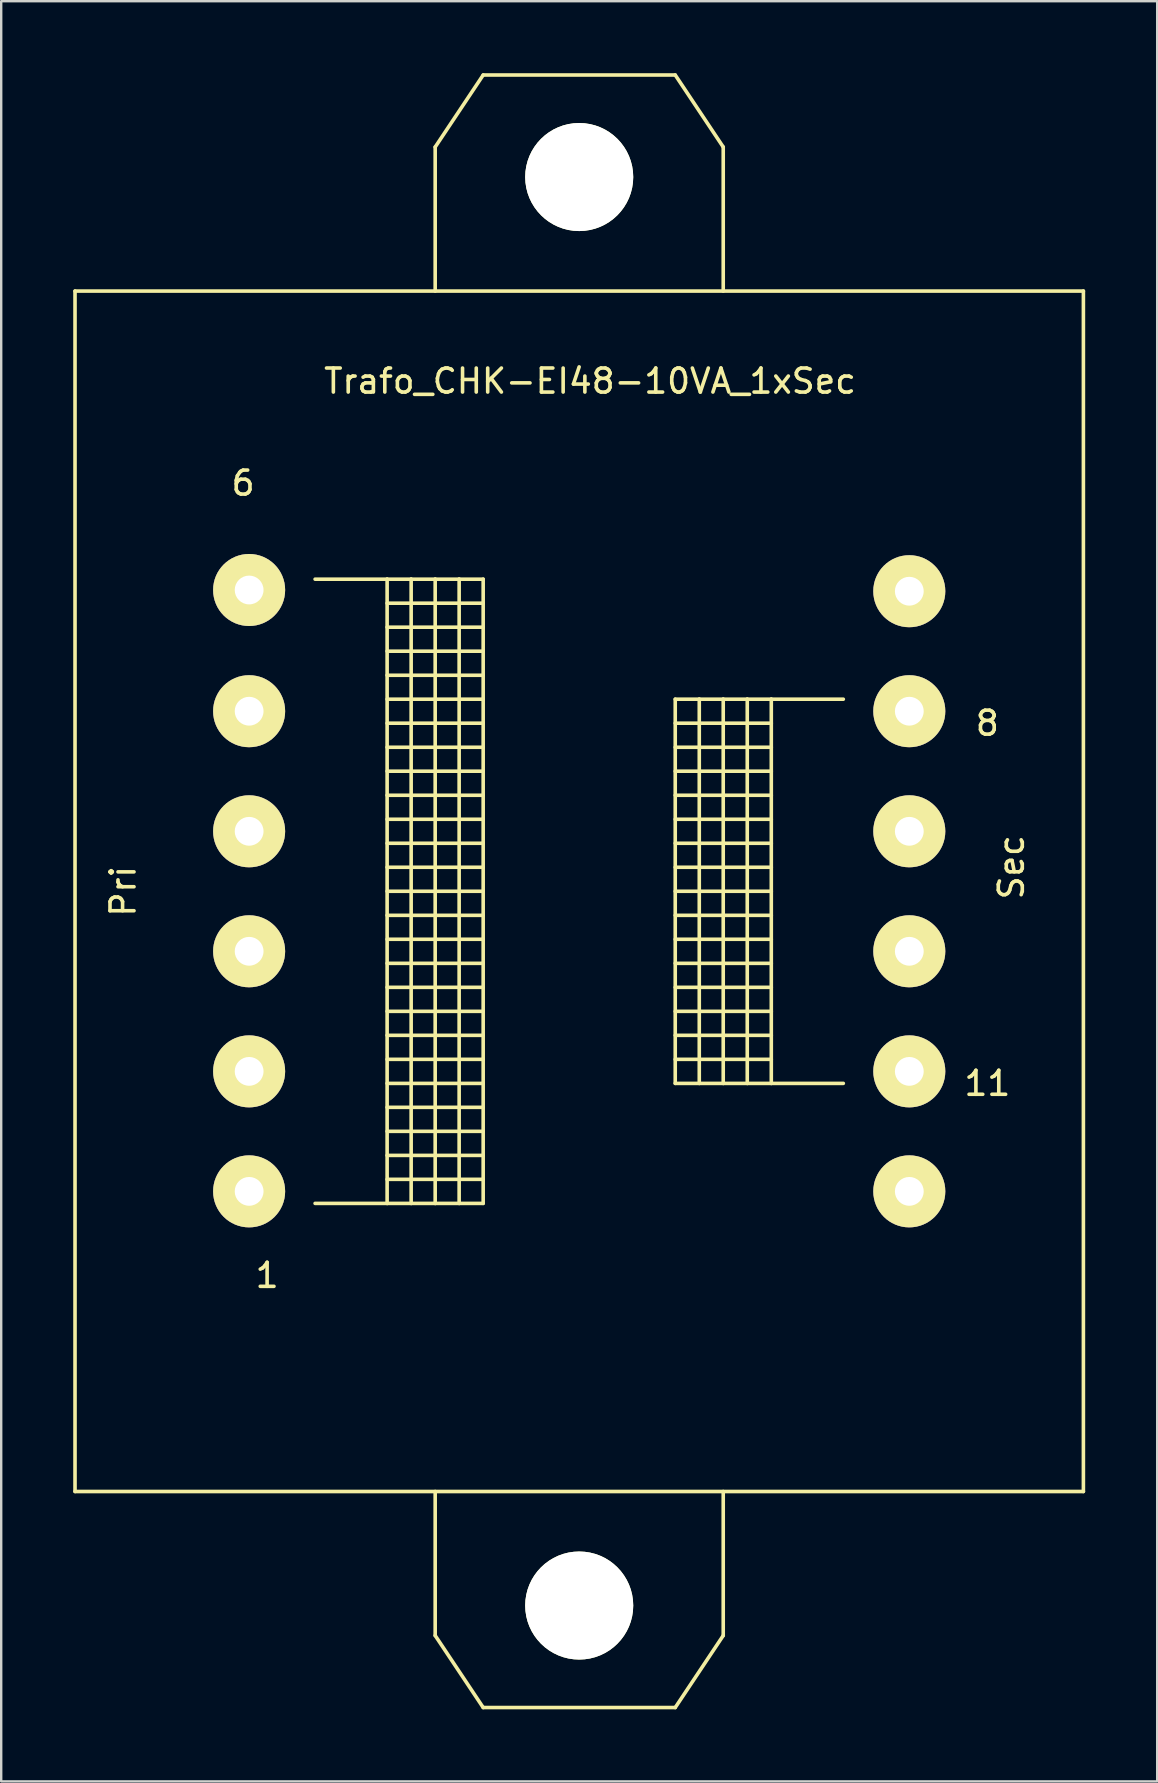
<source format=kicad_pcb>
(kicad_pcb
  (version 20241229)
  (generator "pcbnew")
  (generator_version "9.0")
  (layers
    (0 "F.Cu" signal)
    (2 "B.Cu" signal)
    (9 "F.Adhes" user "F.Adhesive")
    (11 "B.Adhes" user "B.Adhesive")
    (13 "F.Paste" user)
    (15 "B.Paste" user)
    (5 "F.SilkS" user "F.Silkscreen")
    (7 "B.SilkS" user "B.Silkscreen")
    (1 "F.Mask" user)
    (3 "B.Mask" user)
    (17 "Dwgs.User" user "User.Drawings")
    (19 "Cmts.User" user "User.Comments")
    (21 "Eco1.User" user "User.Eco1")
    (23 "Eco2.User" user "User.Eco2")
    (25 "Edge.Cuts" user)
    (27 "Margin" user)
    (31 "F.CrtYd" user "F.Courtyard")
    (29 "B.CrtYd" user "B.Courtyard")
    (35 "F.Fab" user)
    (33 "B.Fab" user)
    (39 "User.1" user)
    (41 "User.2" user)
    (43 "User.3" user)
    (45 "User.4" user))
  (footprint "Trafo_CHK-EI48-10VA_1xSec"
    (layer "F.Cu")
    (at 21.076 34.075)
    (property "Reference" "Trafo_CHK-EI48-10VA_1xSec" (at 0.45 -21.25 0) (layer "F.SilkS") (effects (font (size 1 1) (thickness 0.15))))
    (attr through_hole)
    (fp_line (start -21.001 -25.001) (end -21.001 25.001) (stroke (width 0.15) (type solid)) (layer "F.SilkS"))
    (fp_line (start -21.001 25.001) (end 21.001 25.001) (stroke (width 0.15) (type solid)) (layer "F.SilkS"))
    (fp_line (start -11.001 13) (end -8.001 13) (stroke (width 0.15) (type solid)) (layer "F.SilkS"))
    (fp_line (start -8.001 -13) (end -11.001 -13) (stroke (width 0.15) (type solid)) (layer "F.SilkS"))
    (fp_line (start -8.001 -13) (end -7 -13) (stroke (width 0.15) (type solid)) (layer "F.SilkS"))
    (fp_line (start -8.001 -11.999) (end -4 -11.999) (stroke (width 0.15) (type solid)) (layer "F.SilkS"))
    (fp_line (start -8.001 -11.001) (end -4 -11.001) (stroke (width 0.15) (type solid)) (layer "F.SilkS"))
    (fp_line (start -8.001 -10) (end -4 -10) (stroke (width 0.15) (type solid)) (layer "F.SilkS"))
    (fp_line (start -8.001 -8.999) (end -4 -8.999) (stroke (width 0.15) (type solid)) (layer "F.SilkS"))
    (fp_line (start -8.001 -8.001) (end -4 -8.001) (stroke (width 0.15) (type solid)) (layer "F.SilkS"))
    (fp_line (start -8.001 -7) (end -4 -7) (stroke (width 0.15) (type solid)) (layer "F.SilkS"))
    (fp_line (start -8.001 -5.999) (end -4 -5.999) (stroke (width 0.15) (type solid)) (layer "F.SilkS"))
    (fp_line (start -8.001 -5.001) (end -4 -5.001) (stroke (width 0.15) (type solid)) (layer "F.SilkS"))
    (fp_line (start -8.001 -4) (end -4 -4) (stroke (width 0.15) (type solid)) (layer "F.SilkS"))
    (fp_line (start -8.001 -3) (end -4 -3) (stroke (width 0.15) (type solid)) (layer "F.SilkS"))
    (fp_line (start -8.001 -1.999) (end -4 -1.999) (stroke (width 0.15) (type solid)) (layer "F.SilkS"))
    (fp_line (start -8.001 -1.001) (end -4 -1.001) (stroke (width 0.15) (type solid)) (layer "F.SilkS"))
    (fp_line (start -8.001 0) (end -4 0) (stroke (width 0.15) (type solid)) (layer "F.SilkS"))
    (fp_line (start -8.001 1.001) (end -4 1.001) (stroke (width 0.15) (type solid)) (layer "F.SilkS"))
    (fp_line (start -8.001 1.999) (end -4 1.999) (stroke (width 0.15) (type solid)) (layer "F.SilkS"))
    (fp_line (start -8.001 3) (end -4 3) (stroke (width 0.15) (type solid)) (layer "F.SilkS"))
    (fp_line (start -8.001 4) (end -4 4) (stroke (width 0.15) (type solid)) (layer "F.SilkS"))
    (fp_line (start -8.001 5.001) (end -4 5.001) (stroke (width 0.15) (type solid)) (layer "F.SilkS"))
    (fp_line (start -8.001 7) (end -4 7) (stroke (width 0.15) (type solid)) (layer "F.SilkS"))
    (fp_line (start -8.001 8.001) (end -4 8.001) (stroke (width 0.15) (type solid)) (layer "F.SilkS"))
    (fp_line (start -8.001 8.999) (end -4 8.999) (stroke (width 0.15) (type solid)) (layer "F.SilkS"))
    (fp_line (start -8.001 10) (end -4 10) (stroke (width 0.15) (type solid)) (layer "F.SilkS"))
    (fp_line (start -8.001 11.999) (end -4 11.999) (stroke (width 0.15) (type solid)) (layer "F.SilkS"))
    (fp_line (start -8.001 13) (end -8.001 -13) (stroke (width 0.15) (type solid)) (layer "F.SilkS"))
    (fp_line (start -7 -13) (end -7 13) (stroke (width 0.15) (type solid)) (layer "F.SilkS"))
    (fp_line (start -7 -13) (end -5.999 -13) (stroke (width 0.15) (type solid)) (layer "F.SilkS"))
    (fp_line (start -7 5.999) (end -8.001 5.999) (stroke (width 0.15) (type solid)) (layer "F.SilkS"))
    (fp_line (start -7 5.999) (end -4 5.999) (stroke (width 0.15) (type solid)) (layer "F.SilkS"))
    (fp_line (start -7 11.001) (end -8.001 11.001) (stroke (width 0.15) (type solid)) (layer "F.SilkS"))
    (fp_line (start -7 11.001) (end -4 11.001) (stroke (width 0.15) (type solid)) (layer "F.SilkS"))
    (fp_line (start -7 13) (end -8.001 13) (stroke (width 0.15) (type solid)) (layer "F.SilkS"))
    (fp_line (start -5.999 -31.001) (end -5.999 -25.001) (stroke (width 0.15) (type solid)) (layer "F.SilkS"))
    (fp_line (start -5.999 -13) (end -5.999 13) (stroke (width 0.15) (type solid)) (layer "F.SilkS"))
    (fp_line (start -5.999 -13) (end -5.001 -13) (stroke (width 0.15) (type solid)) (layer "F.SilkS"))
    (fp_line (start -5.999 13) (end -7 13) (stroke (width 0.15) (type solid)) (layer "F.SilkS"))
    (fp_line (start -5.999 31.001) (end -5.999 25.001) (stroke (width 0.15) (type solid)) (layer "F.SilkS"))
    (fp_line (start -5.001 -13) (end -5.001 13) (stroke (width 0.15) (type solid)) (layer "F.SilkS"))
    (fp_line (start -5.001 -13) (end -4 -13) (stroke (width 0.15) (type solid)) (layer "F.SilkS"))
    (fp_line (start -5.001 13) (end -5.999 13) (stroke (width 0.15) (type solid)) (layer "F.SilkS"))
    (fp_line (start -4 -34) (end -5.999 -31.001) (stroke (width 0.15) (type solid)) (layer "F.SilkS"))
    (fp_line (start -4 -13) (end -4 13) (stroke (width 0.15) (type solid)) (layer "F.SilkS"))
    (fp_line (start -4 13) (end -5.001 13) (stroke (width 0.15) (type solid)) (layer "F.SilkS"))
    (fp_line (start -4 34) (end -5.999 31.001) (stroke (width 0.15) (type solid)) (layer "F.SilkS"))
    (fp_line (start 4 -34) (end -4 -34) (stroke (width 0.15) (type solid)) (layer "F.SilkS"))
    (fp_line (start 4 -8.001) (end 4 8.001) (stroke (width 0.15) (type solid)) (layer "F.SilkS"))
    (fp_line (start 4 -7) (end 8.001 -7) (stroke (width 0.15) (type solid)) (layer "F.SilkS"))
    (fp_line (start 4 -5.999) (end 8.001 -5.999) (stroke (width 0.15) (type solid)) (layer "F.SilkS"))
    (fp_line (start 4 -5.001) (end 8.001 -5.001) (stroke (width 0.15) (type solid)) (layer "F.SilkS"))
    (fp_line (start 4 -4) (end 8.001 -4) (stroke (width 0.15) (type solid)) (layer "F.SilkS"))
    (fp_line (start 4 -3) (end 8.001 -3) (stroke (width 0.15) (type solid)) (layer "F.SilkS"))
    (fp_line (start 4 -1.001) (end 8.001 -1.001) (stroke (width 0.15) (type solid)) (layer "F.SilkS"))
    (fp_line (start 4 0) (end 8.001 0) (stroke (width 0.15) (type solid)) (layer "F.SilkS"))
    (fp_line (start 4 1.001) (end 8.001 1.001) (stroke (width 0.15) (type solid)) (layer "F.SilkS"))
    (fp_line (start 4 1.999) (end 8.001 1.999) (stroke (width 0.15) (type solid)) (layer "F.SilkS"))
    (fp_line (start 4 3) (end 8.001 3) (stroke (width 0.15) (type solid)) (layer "F.SilkS"))
    (fp_line (start 4 4) (end 8.001 4) (stroke (width 0.15) (type solid)) (layer "F.SilkS"))
    (fp_line (start 4 5.001) (end 8.001 5.001) (stroke (width 0.15) (type solid)) (layer "F.SilkS"))
    (fp_line (start 4 5.999) (end 8.001 5.999) (stroke (width 0.15) (type solid)) (layer "F.SilkS"))
    (fp_line (start 4 7) (end 8.001 7) (stroke (width 0.15) (type solid)) (layer "F.SilkS"))
    (fp_line (start 4 8.001) (end 5.001 8.001) (stroke (width 0.15) (type solid)) (layer "F.SilkS"))
    (fp_line (start 4 34) (end -4 34) (stroke (width 0.15) (type solid)) (layer "F.SilkS"))
    (fp_line (start 5.001 -8.001) (end 4 -8.001) (stroke (width 0.15) (type solid)) (layer "F.SilkS"))
    (fp_line (start 5.001 -8.001) (end 5.001 8.001) (stroke (width 0.15) (type solid)) (layer "F.SilkS"))
    (fp_line (start 5.001 -1.999) (end 4 -1.999) (stroke (width 0.15) (type solid)) (layer "F.SilkS"))
    (fp_line (start 5.001 -1.999) (end 8.001 -1.999) (stroke (width 0.15) (type solid)) (layer "F.SilkS"))
    (fp_line (start 5.001 8.001) (end 5.999 8.001) (stroke (width 0.15) (type solid)) (layer "F.SilkS"))
    (fp_line (start 5.999 -31.001) (end 4 -34) (stroke (width 0.15) (type solid)) (layer "F.SilkS"))
    (fp_line (start 5.999 -25.001) (end 5.999 -31.001) (stroke (width 0.15) (type solid)) (layer "F.SilkS"))
    (fp_line (start 5.999 -8.001) (end 5.001 -8.001) (stroke (width 0.15) (type solid)) (layer "F.SilkS"))
    (fp_line (start 5.999 -8.001) (end 5.999 8.001) (stroke (width 0.15) (type solid)) (layer "F.SilkS"))
    (fp_line (start 5.999 25.001) (end 5.999 31.001) (stroke (width 0.15) (type solid)) (layer "F.SilkS"))
    (fp_line (start 5.999 31.001) (end 4 34) (stroke (width 0.15) (type solid)) (layer "F.SilkS"))
    (fp_line (start 7 -8.001) (end 5.999 -8.001) (stroke (width 0.15) (type solid)) (layer "F.SilkS"))
    (fp_line (start 7 -8.001) (end 7 8.001) (stroke (width 0.15) (type solid)) (layer "F.SilkS"))
    (fp_line (start 7 8.001) (end 5.999 8.001) (stroke (width 0.15) (type solid)) (layer "F.SilkS"))
    (fp_line (start 7 8.001) (end 8.001 8.001) (stroke (width 0.15) (type solid)) (layer "F.SilkS"))
    (fp_line (start 8.001 -8.001) (end 7 -8.001) (stroke (width 0.15) (type solid)) (layer "F.SilkS"))
    (fp_line (start 8.001 -8.001) (end 8.001 8.001) (stroke (width 0.15) (type solid)) (layer "F.SilkS"))
    (fp_line (start 8.001 8.001) (end 11.001 8.001) (stroke (width 0.15) (type solid)) (layer "F.SilkS"))
    (fp_line (start 11.001 -8.001) (end 8.001 -8.001) (stroke (width 0.15) (type solid)) (layer "F.SilkS"))
    (fp_line (start 21.001 -25.001) (end -21.001 -25.001) (stroke (width 0.15) (type solid)) (layer "F.SilkS"))
    (fp_line (start 21.001 25.001) (end 21.001 -25.001) (stroke (width 0.15) (type solid)) (layer "F.SilkS"))
    (fp_text user "Sec" (at 18.001 -1.001 90) (layer "F.SilkS") (effects (font (size 1 1) (thickness 0.15))))
    (fp_text user "1" (at -13 15.999 0) (layer "F.SilkS") (effects (font (size 1 1) (thickness 0.15))))
    (fp_text user "8" (at 17 -7 0) (layer "F.SilkS") (effects (font (size 1 1) (thickness 0.15))))
    (fp_text user "6" (at -14 -17 0) (layer "F.SilkS") (effects (font (size 1 1) (thickness 0.15))))
    (fp_text user "11" (at 17 8.001 0) (layer "F.SilkS") (effects (font (size 1 1) (thickness 0.15))))
    (fp_text user "Pri" (at -18.999 0 90) (layer "F.SilkS") (effects (font (size 1 1) (thickness 0.15))))
    (pad "" np_thru_hole circle (at 0 -29.751) (size 4.501 4.501) (drill 4.501) (layers "*.Cu" "*.Mask" "F.SilkS"))
    (pad "" np_thru_hole circle (at 0 29.751) (size 4.501 4.501) (drill 4.501) (layers "*.Cu" "*.Mask" "F.SilkS"))
    (pad "1" thru_hole circle (at -13.749 12.499) (size 3 3) (drill 1.199) (layers "*.Cu" "*.Mask" "F.SilkS"))
    (pad "2" thru_hole circle (at -13.749 7.501) (size 3 3) (drill 1.199) (layers "*.Cu" "*.Mask" "F.SilkS"))
    (pad "3" thru_hole circle (at -13.749 2.499) (size 3 3) (drill 1.199) (layers "*.Cu" "*.Mask" "F.SilkS"))
    (pad "4" thru_hole circle (at -13.749 -2.499) (size 3 3) (drill 1.199) (layers "*.Cu" "*.Mask" "F.SilkS"))
    (pad "5" thru_hole circle (at -13.749 -7.501) (size 3 3) (drill 1.199) (layers "*.Cu" "*.Mask" "F.SilkS"))
    (pad "6" thru_hole circle (at -13.749 -12.55) (size 3 3) (drill 1.199) (layers "*.Cu" "*.Mask" "F.SilkS"))
    (pad "7" thru_hole circle (at 13.749 -12.499) (size 3 3) (drill 1.199) (layers "*.Cu" "*.Mask" "F.SilkS"))
    (pad "8" thru_hole circle (at 13.749 -7.501) (size 3 3) (drill 1.199) (layers "*.Cu" "*.Mask" "F.SilkS"))
    (pad "9" thru_hole circle (at 13.749 -2.499) (size 3 3) (drill 1.199) (layers "*.Cu" "*.Mask" "F.SilkS"))
    (pad "10" thru_hole circle (at 13.749 2.499) (size 3 3) (drill 1.199) (layers "*.Cu" "*.Mask" "F.SilkS"))
    (pad "11" thru_hole circle (at 13.749 7.501) (size 3 3) (drill 1.199) (layers "*.Cu" "*.Mask" "F.SilkS"))
    (pad "12" thru_hole circle (at 13.749 12.499) (size 3 3) (drill 1.199) (layers "*.Cu" "*.Mask" "F.SilkS")))
  (gr_rect
    (start -3 -3)
    (end 45.151 71.151)
    (stroke (width 0.1) (type default))
    (fill no)
    (layer "Edge.Cuts")))
</source>
